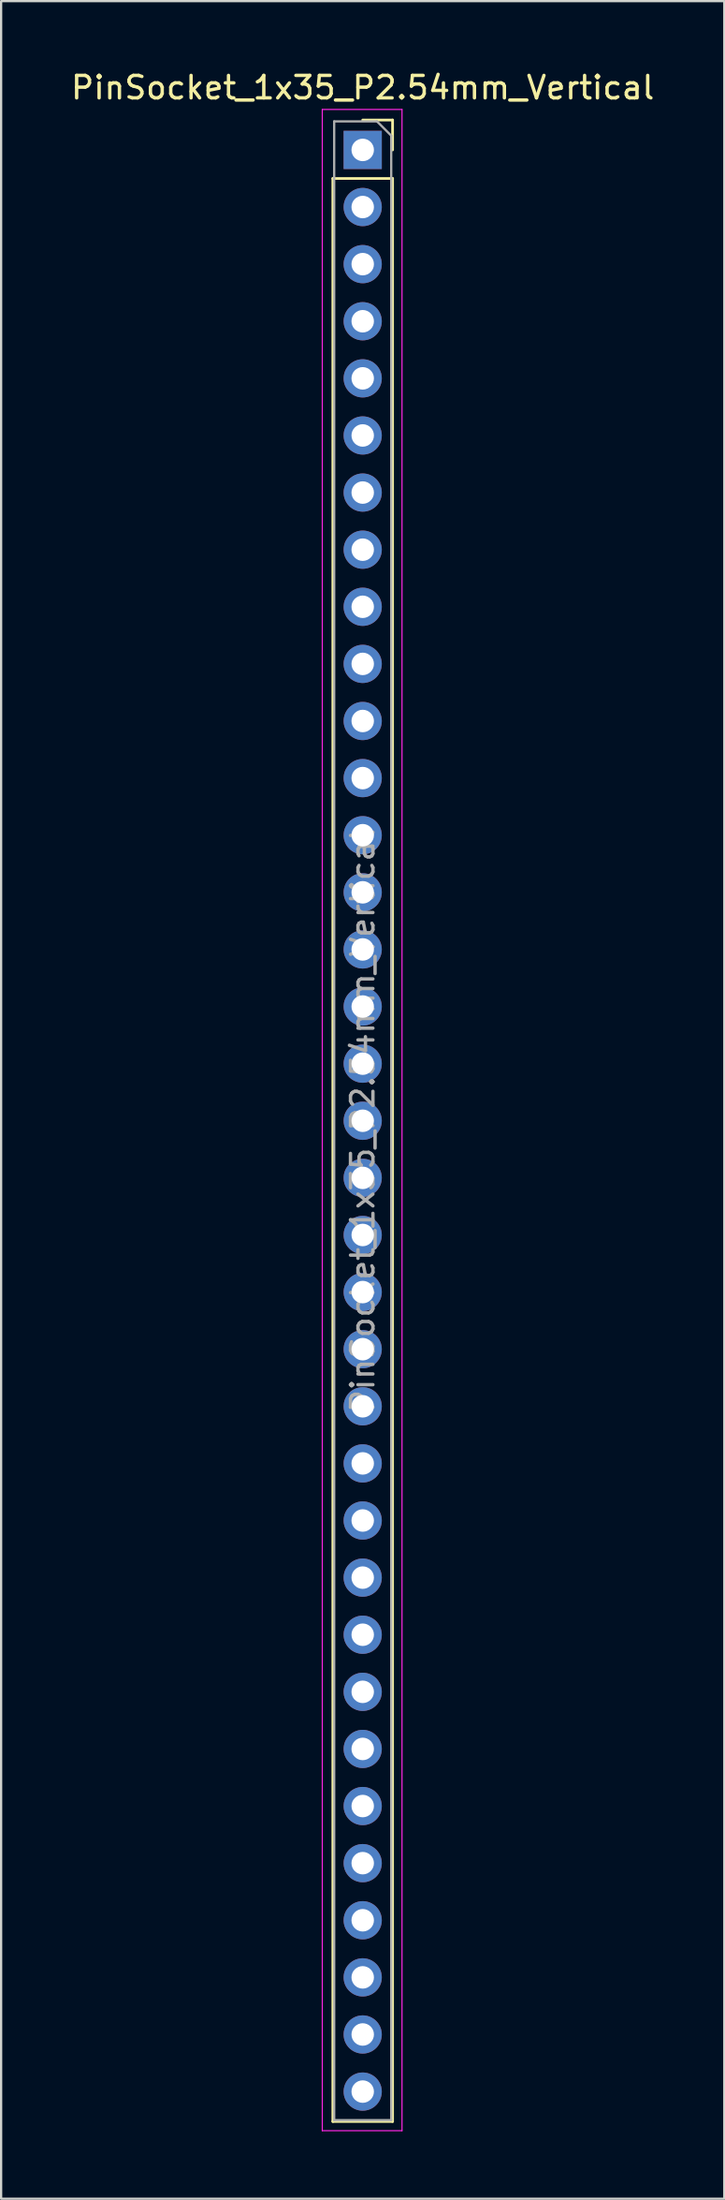
<source format=kicad_pcb>
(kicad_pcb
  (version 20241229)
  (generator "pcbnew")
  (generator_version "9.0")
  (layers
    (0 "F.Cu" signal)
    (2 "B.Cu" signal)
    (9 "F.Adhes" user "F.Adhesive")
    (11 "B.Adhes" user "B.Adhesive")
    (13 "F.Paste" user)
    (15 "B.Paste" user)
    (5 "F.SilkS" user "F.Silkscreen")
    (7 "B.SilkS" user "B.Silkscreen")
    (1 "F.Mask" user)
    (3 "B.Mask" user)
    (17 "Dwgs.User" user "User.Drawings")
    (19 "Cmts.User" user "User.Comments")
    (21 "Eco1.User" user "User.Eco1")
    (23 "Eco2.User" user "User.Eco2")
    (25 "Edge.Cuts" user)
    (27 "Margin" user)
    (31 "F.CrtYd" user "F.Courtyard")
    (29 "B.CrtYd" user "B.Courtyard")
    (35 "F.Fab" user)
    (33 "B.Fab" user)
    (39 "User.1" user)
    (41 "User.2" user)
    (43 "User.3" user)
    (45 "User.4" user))
  (footprint "PinSocket_1x35_P2.54mm_Vertical"
    (layer "F.Cu")
    (at 13.101 3.618)
    (property "Reference" "PinSocket_1x35_P2.54mm_Vertical" (at 0 -2.77 0) (layer "F.SilkS") (effects (font (size 1 1) (thickness 0.15))))
    (attr through_hole)
    (fp_line (start -1.33 1.27) (end -1.33 87.69) (stroke (width 0.12) (type solid)) (layer "F.SilkS"))
    (fp_line (start -1.33 1.27) (end 1.33 1.27) (stroke (width 0.12) (type solid)) (layer "F.SilkS"))
    (fp_line (start -1.33 87.69) (end 1.33 87.69) (stroke (width 0.12) (type solid)) (layer "F.SilkS"))
    (fp_line (start 0 -1.33) (end 1.33 -1.33) (stroke (width 0.12) (type solid)) (layer "F.SilkS"))
    (fp_line (start 1.33 -1.33) (end 1.33 0) (stroke (width 0.12) (type solid)) (layer "F.SilkS"))
    (fp_line (start 1.33 1.27) (end 1.33 87.69) (stroke (width 0.12) (type solid)) (layer "F.SilkS"))
    (fp_line (start -1.8 -1.8) (end 1.75 -1.8) (stroke (width 0.05) (type solid)) (layer "F.CrtYd"))
    (fp_line (start -1.8 88.1) (end -1.8 -1.8) (stroke (width 0.05) (type solid)) (layer "F.CrtYd"))
    (fp_line (start 1.75 -1.8) (end 1.75 88.1) (stroke (width 0.05) (type solid)) (layer "F.CrtYd"))
    (fp_line (start 1.75 88.1) (end -1.8 88.1) (stroke (width 0.05) (type solid)) (layer "F.CrtYd"))
    (fp_line (start -1.27 -1.27) (end 0.635 -1.27) (stroke (width 0.1) (type solid)) (layer "F.Fab"))
    (fp_line (start -1.27 87.63) (end -1.27 -1.27) (stroke (width 0.1) (type solid)) (layer "F.Fab"))
    (fp_line (start 0.635 -1.27) (end 1.27 -0.635) (stroke (width 0.1) (type solid)) (layer "F.Fab"))
    (fp_line (start 1.27 -0.635) (end 1.27 87.63) (stroke (width 0.1) (type solid)) (layer "F.Fab"))
    (fp_line (start 1.27 87.63) (end -1.27 87.63) (stroke (width 0.1) (type solid)) (layer "F.Fab"))
    (fp_text user "${REFERENCE}" (at 0 43.18 90) (layer "F.Fab") (effects (font (size 1 1) (thickness 0.15))))
    (pad "1" thru_hole rect (at 0 0) (size 1.7 1.7) (drill 1) (layers "*.Cu" "*.Mask"))
    (pad "2" thru_hole circle (at 0 2.54) (size 1.7 1.7) (drill 1) (layers "*.Cu" "*.Mask"))
    (pad "3" thru_hole circle (at 0 5.08) (size 1.7 1.7) (drill 1) (layers "*.Cu" "*.Mask"))
    (pad "4" thru_hole circle (at 0 7.62) (size 1.7 1.7) (drill 1) (layers "*.Cu" "*.Mask"))
    (pad "5" thru_hole circle (at 0 10.16) (size 1.7 1.7) (drill 1) (layers "*.Cu" "*.Mask"))
    (pad "6" thru_hole circle (at 0 12.7) (size 1.7 1.7) (drill 1) (layers "*.Cu" "*.Mask"))
    (pad "7" thru_hole circle (at 0 15.24) (size 1.7 1.7) (drill 1) (layers "*.Cu" "*.Mask"))
    (pad "8" thru_hole circle (at 0 17.78) (size 1.7 1.7) (drill 1) (layers "*.Cu" "*.Mask"))
    (pad "9" thru_hole circle (at 0 20.32) (size 1.7 1.7) (drill 1) (layers "*.Cu" "*.Mask"))
    (pad "10" thru_hole circle (at 0 22.86) (size 1.7 1.7) (drill 1) (layers "*.Cu" "*.Mask"))
    (pad "11" thru_hole circle (at 0 25.4) (size 1.7 1.7) (drill 1) (layers "*.Cu" "*.Mask"))
    (pad "12" thru_hole circle (at 0 27.94) (size 1.7 1.7) (drill 1) (layers "*.Cu" "*.Mask"))
    (pad "13" thru_hole circle (at 0 30.48) (size 1.7 1.7) (drill 1) (layers "*.Cu" "*.Mask"))
    (pad "14" thru_hole circle (at 0 33.02) (size 1.7 1.7) (drill 1) (layers "*.Cu" "*.Mask"))
    (pad "15" thru_hole circle (at 0 35.56) (size 1.7 1.7) (drill 1) (layers "*.Cu" "*.Mask"))
    (pad "16" thru_hole circle (at 0 38.1) (size 1.7 1.7) (drill 1) (layers "*.Cu" "*.Mask"))
    (pad "17" thru_hole circle (at 0 40.64) (size 1.7 1.7) (drill 1) (layers "*.Cu" "*.Mask"))
    (pad "18" thru_hole circle (at 0 43.18) (size 1.7 1.7) (drill 1) (layers "*.Cu" "*.Mask"))
    (pad "19" thru_hole circle (at 0 45.72) (size 1.7 1.7) (drill 1) (layers "*.Cu" "*.Mask"))
    (pad "20" thru_hole circle (at 0 48.26) (size 1.7 1.7) (drill 1) (layers "*.Cu" "*.Mask"))
    (pad "21" thru_hole circle (at 0 50.8) (size 1.7 1.7) (drill 1) (layers "*.Cu" "*.Mask"))
    (pad "22" thru_hole circle (at 0 53.34) (size 1.7 1.7) (drill 1) (layers "*.Cu" "*.Mask"))
    (pad "23" thru_hole circle (at 0 55.88) (size 1.7 1.7) (drill 1) (layers "*.Cu" "*.Mask"))
    (pad "24" thru_hole circle (at 0 58.42) (size 1.7 1.7) (drill 1) (layers "*.Cu" "*.Mask"))
    (pad "25" thru_hole circle (at 0 60.96) (size 1.7 1.7) (drill 1) (layers "*.Cu" "*.Mask"))
    (pad "26" thru_hole circle (at 0 63.5) (size 1.7 1.7) (drill 1) (layers "*.Cu" "*.Mask"))
    (pad "27" thru_hole circle (at 0 66.04) (size 1.7 1.7) (drill 1) (layers "*.Cu" "*.Mask"))
    (pad "28" thru_hole circle (at 0 68.58) (size 1.7 1.7) (drill 1) (layers "*.Cu" "*.Mask"))
    (pad "29" thru_hole circle (at 0 71.12) (size 1.7 1.7) (drill 1) (layers "*.Cu" "*.Mask"))
    (pad "30" thru_hole circle (at 0 73.66) (size 1.7 1.7) (drill 1) (layers "*.Cu" "*.Mask"))
    (pad "31" thru_hole circle (at 0 76.2) (size 1.7 1.7) (drill 1) (layers "*.Cu" "*.Mask"))
    (pad "32" thru_hole circle (at 0 78.74) (size 1.7 1.7) (drill 1) (layers "*.Cu" "*.Mask"))
    (pad "33" thru_hole circle (at 0 81.28) (size 1.7 1.7) (drill 1) (layers "*.Cu" "*.Mask"))
    (pad "34" thru_hole circle (at 0 83.82) (size 1.7 1.7) (drill 1) (layers "*.Cu" "*.Mask"))
    (pad "35" thru_hole circle (at 0 86.36) (size 1.7 1.7) (drill 1) (layers "*.Cu" "*.Mask")))
  (gr_rect
    (start -3 -3)
    (end 29.202 94.743)
    (stroke (width 0.1) (type default))
    (fill no)
    (layer "Edge.Cuts")))
</source>
